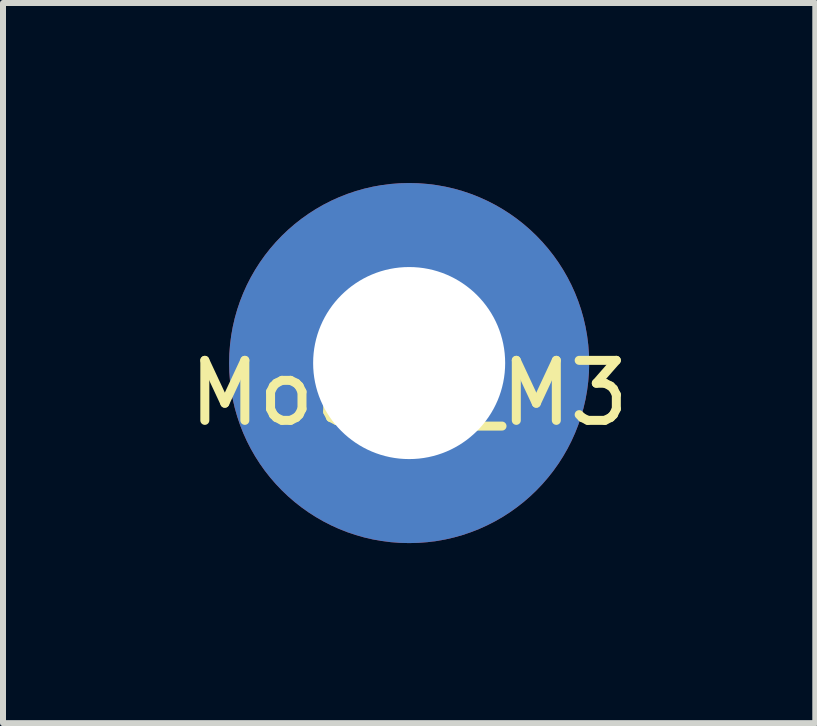
<source format=kicad_pcb>
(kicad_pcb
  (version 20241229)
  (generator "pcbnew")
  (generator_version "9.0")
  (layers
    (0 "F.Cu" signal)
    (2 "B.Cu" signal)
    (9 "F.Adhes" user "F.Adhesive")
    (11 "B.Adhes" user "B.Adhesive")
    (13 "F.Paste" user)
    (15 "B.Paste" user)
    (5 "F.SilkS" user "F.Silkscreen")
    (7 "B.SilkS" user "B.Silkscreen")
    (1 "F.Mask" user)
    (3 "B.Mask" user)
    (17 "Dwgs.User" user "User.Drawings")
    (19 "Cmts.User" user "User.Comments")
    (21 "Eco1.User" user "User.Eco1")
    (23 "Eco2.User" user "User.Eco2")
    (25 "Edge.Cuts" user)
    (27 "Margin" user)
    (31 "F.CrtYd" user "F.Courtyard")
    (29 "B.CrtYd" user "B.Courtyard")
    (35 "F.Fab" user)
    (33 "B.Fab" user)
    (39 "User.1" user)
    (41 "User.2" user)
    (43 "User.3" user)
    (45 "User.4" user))
  (footprint "Mount_M3"
    (layer "F.Cu")
    (at 3.768 3)
    (property "Reference" "Mount_M3" (at 0 0.5 0) (layer "F.SilkS") (effects (font (size 1 1) (thickness 0.15))))
    (attr through_hole)
    (pad "" thru_hole circle (at 0 0) (size 6 6) (drill 3.2) (layers "*.Cu" "*.Mask")))
  (gr_rect
    (start -3 -3)
    (end 10.536 9)
    (stroke (width 0.1) (type default))
    (fill no)
    (layer "Edge.Cuts")))
</source>
